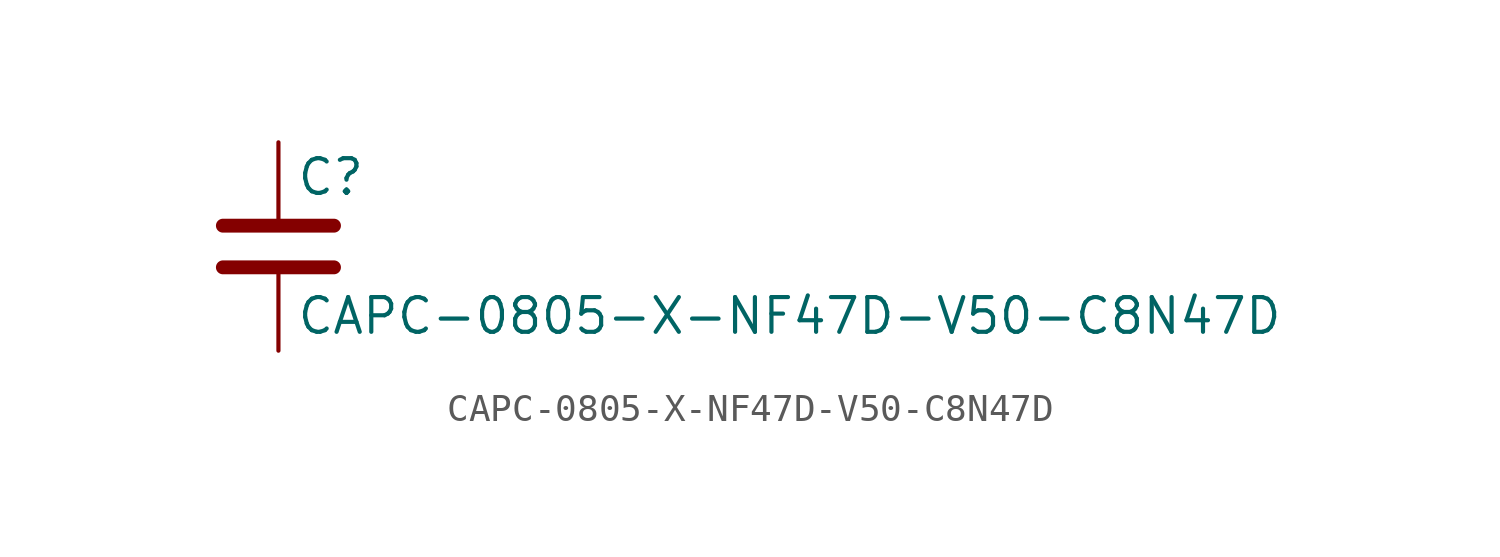
<source format=kicad_sym>
(kicad_symbol_lib
  (version 20211014)
  (generator kicad_symbol_editor)
  (symbol "CAPC-0805-X-NF47D-V50-C8N47D"
    (pin_numbers hide)
    (pin_names
      (offset 0.254))
    (property "Reference" "C"
      (at 0.635 2.54 0)
      (effects (font (size 1.27 1.27)) (justify left)))
    (property "Value" "CAPC-0805-X-NF47D-V50-C8N47D"
      (at 0.635 -2.54 0)
      (effects (font (size 1.27 1.27)) (justify left)))
    (symbol "CAPC-0805-X-NF47D-V50-C8N47D_0_1"
      (polyline (pts (xy -2.032 -0.762) (xy 2.032 -0.762)) (stroke (width 0.508) (type default) (color 0 0 0 0)) (fill (type none)))
      (polyline (pts (xy -2.032 0.762) (xy 2.032 0.762)) (stroke (width 0.508) (type default) (color 0 0 0 0)) (fill (type none))))
    (symbol "CAPC-0805-X-NF47D-V50-C8N47D_1_1"
      (pin passive line (at 0 3.81 270) (length 2.794) (name "~" (effects (font (size 1.27 1.27)))) (number "1" (effects (font (size 1.27 1.27)))))
      (pin passive line (at 0 -3.81 90) (length 2.794) (name "~" (effects (font (size 1.27 1.27)))) (number "2" (effects (font (size 1.27 1.27))))))))
</source>
